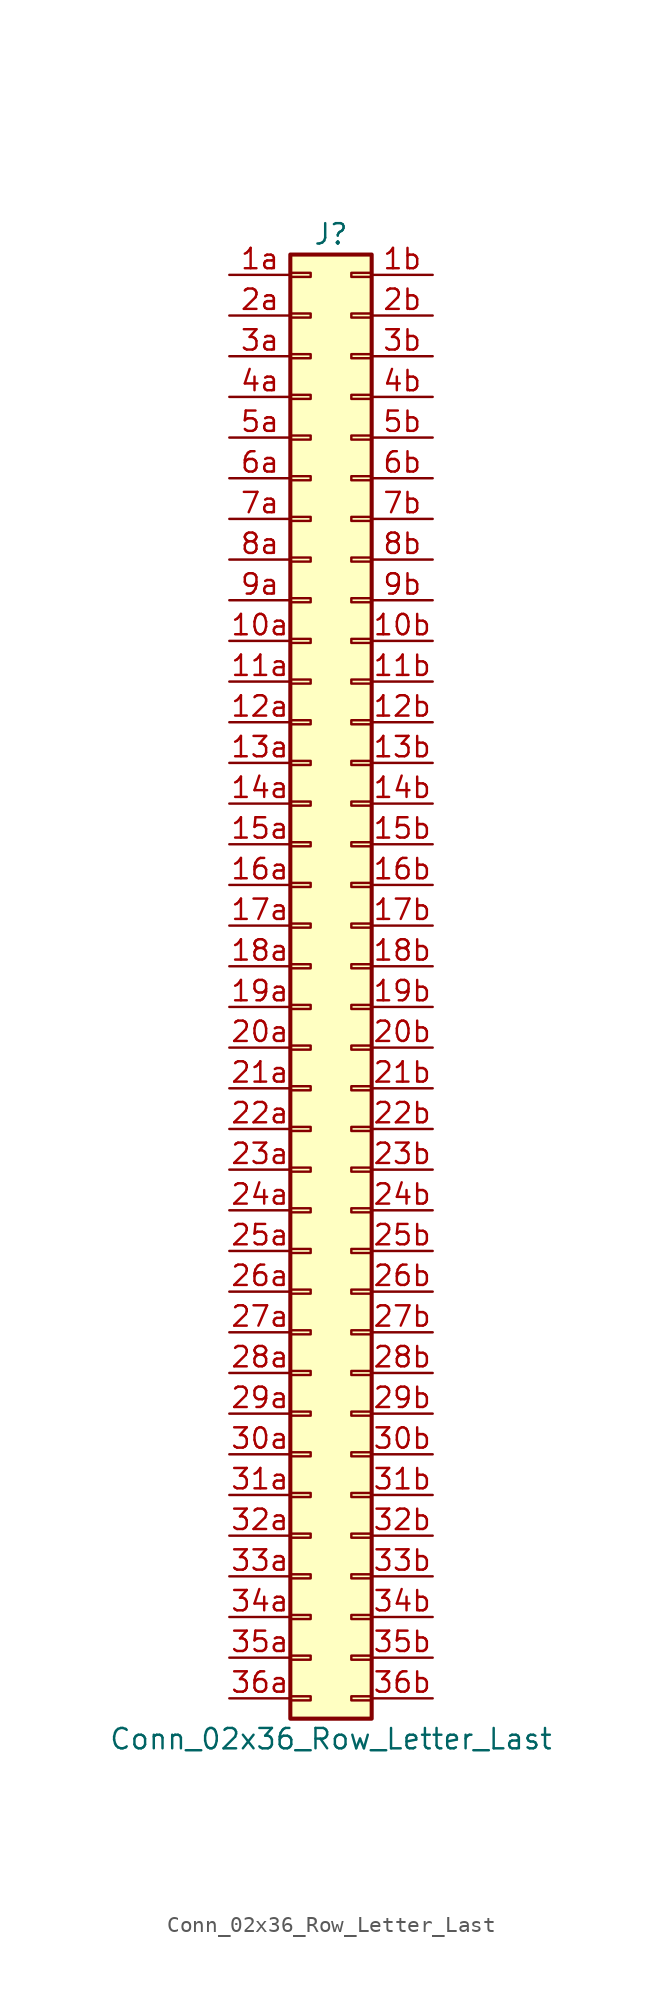
<source format=kicad_sym>
(kicad_symbol_lib
  (version 20220914)
  (generator kicad_symbol_editor)
  (symbol "Conn_02x36_Row_Letter_Last"
    (pin_names
      (offset 1.016) hide)
    (property "Reference" "J"
      (at 1.27 45.72 0)
      (effects (font (size 1.27 1.27))))
    (property "Value" "Conn_02x36_Row_Letter_Last"
      (at 1.27 -48.26 0)
      (effects (font (size 1.27 1.27))))
    (symbol "Conn_02x36_Row_Letter_Last_1_1"
      (rectangle (start -1.27 -45.593) (end 0 -45.847) (stroke (width 0.152) (type solid)) (fill (type none)))
      (rectangle (start -1.27 -43.053) (end 0 -43.307) (stroke (width 0.152) (type solid)) (fill (type none)))
      (rectangle (start -1.27 -40.513) (end 0 -40.767) (stroke (width 0.152) (type solid)) (fill (type none)))
      (rectangle (start -1.27 -37.973) (end 0 -38.227) (stroke (width 0.152) (type solid)) (fill (type none)))
      (rectangle (start -1.27 -35.433) (end 0 -35.687) (stroke (width 0.152) (type solid)) (fill (type none)))
      (rectangle (start -1.27 -32.893) (end 0 -33.147) (stroke (width 0.152) (type solid)) (fill (type none)))
      (rectangle (start -1.27 -30.353) (end 0 -30.607) (stroke (width 0.152) (type solid)) (fill (type none)))
      (rectangle (start -1.27 -27.813) (end 0 -28.067) (stroke (width 0.152) (type solid)) (fill (type none)))
      (rectangle (start -1.27 -25.273) (end 0 -25.527) (stroke (width 0.152) (type solid)) (fill (type none)))
      (rectangle (start -1.27 -22.733) (end 0 -22.987) (stroke (width 0.152) (type solid)) (fill (type none)))
      (rectangle (start -1.27 -20.193) (end 0 -20.447) (stroke (width 0.152) (type solid)) (fill (type none)))
      (rectangle (start -1.27 -17.653) (end 0 -17.907) (stroke (width 0.152) (type solid)) (fill (type none)))
      (rectangle (start -1.27 -15.113) (end 0 -15.367) (stroke (width 0.152) (type solid)) (fill (type none)))
      (rectangle (start -1.27 -12.573) (end 0 -12.827) (stroke (width 0.152) (type solid)) (fill (type none)))
      (rectangle (start -1.27 -10.033) (end 0 -10.287) (stroke (width 0.152) (type solid)) (fill (type none)))
      (rectangle (start -1.27 -7.493) (end 0 -7.747) (stroke (width 0.152) (type solid)) (fill (type none)))
      (rectangle (start -1.27 -4.953) (end 0 -5.207) (stroke (width 0.152) (type solid)) (fill (type none)))
      (rectangle (start -1.27 -2.413) (end 0 -2.667) (stroke (width 0.152) (type solid)) (fill (type none)))
      (rectangle (start -1.27 0.127) (end 0 -0.127) (stroke (width 0.152) (type solid)) (fill (type none)))
      (rectangle (start -1.27 2.667) (end 0 2.413) (stroke (width 0.152) (type solid)) (fill (type none)))
      (rectangle (start -1.27 5.207) (end 0 4.953) (stroke (width 0.152) (type solid)) (fill (type none)))
      (rectangle (start -1.27 7.747) (end 0 7.493) (stroke (width 0.152) (type solid)) (fill (type none)))
      (rectangle (start -1.27 10.287) (end 0 10.033) (stroke (width 0.152) (type solid)) (fill (type none)))
      (rectangle (start -1.27 12.827) (end 0 12.573) (stroke (width 0.152) (type solid)) (fill (type none)))
      (rectangle (start -1.27 15.367) (end 0 15.113) (stroke (width 0.152) (type solid)) (fill (type none)))
      (rectangle (start -1.27 17.907) (end 0 17.653) (stroke (width 0.152) (type solid)) (fill (type none)))
      (rectangle (start -1.27 20.447) (end 0 20.193) (stroke (width 0.152) (type solid)) (fill (type none)))
      (rectangle (start -1.27 22.987) (end 0 22.733) (stroke (width 0.152) (type solid)) (fill (type none)))
      (rectangle (start -1.27 25.527) (end 0 25.273) (stroke (width 0.152) (type solid)) (fill (type none)))
      (rectangle (start -1.27 28.067) (end 0 27.813) (stroke (width 0.152) (type solid)) (fill (type none)))
      (rectangle (start -1.27 30.607) (end 0 30.353) (stroke (width 0.152) (type solid)) (fill (type none)))
      (rectangle (start -1.27 33.147) (end 0 32.893) (stroke (width 0.152) (type solid)) (fill (type none)))
      (rectangle (start -1.27 35.687) (end 0 35.433) (stroke (width 0.152) (type solid)) (fill (type none)))
      (rectangle (start -1.27 38.227) (end 0 37.973) (stroke (width 0.152) (type solid)) (fill (type none)))
      (rectangle (start -1.27 40.767) (end 0 40.513) (stroke (width 0.152) (type solid)) (fill (type none)))
      (rectangle (start -1.27 43.307) (end 0 43.053) (stroke (width 0.152) (type solid)) (fill (type none)))
      (rectangle (start -1.27 44.45) (end 3.81 -46.99) (stroke (width 0.254) (type solid)) (fill (type background)))
      (rectangle (start 3.81 -45.593) (end 2.54 -45.847) (stroke (width 0.152) (type solid)) (fill (type none)))
      (rectangle (start 3.81 -43.053) (end 2.54 -43.307) (stroke (width 0.152) (type solid)) (fill (type none)))
      (rectangle (start 3.81 -40.513) (end 2.54 -40.767) (stroke (width 0.152) (type solid)) (fill (type none)))
      (rectangle (start 3.81 -37.973) (end 2.54 -38.227) (stroke (width 0.152) (type solid)) (fill (type none)))
      (rectangle (start 3.81 -35.433) (end 2.54 -35.687) (stroke (width 0.152) (type solid)) (fill (type none)))
      (rectangle (start 3.81 -32.893) (end 2.54 -33.147) (stroke (width 0.152) (type solid)) (fill (type none)))
      (rectangle (start 3.81 -30.353) (end 2.54 -30.607) (stroke (width 0.152) (type solid)) (fill (type none)))
      (rectangle (start 3.81 -27.813) (end 2.54 -28.067) (stroke (width 0.152) (type solid)) (fill (type none)))
      (rectangle (start 3.81 -25.273) (end 2.54 -25.527) (stroke (width 0.152) (type solid)) (fill (type none)))
      (rectangle (start 3.81 -22.733) (end 2.54 -22.987) (stroke (width 0.152) (type solid)) (fill (type none)))
      (rectangle (start 3.81 -20.193) (end 2.54 -20.447) (stroke (width 0.152) (type solid)) (fill (type none)))
      (rectangle (start 3.81 -17.653) (end 2.54 -17.907) (stroke (width 0.152) (type solid)) (fill (type none)))
      (rectangle (start 3.81 -15.113) (end 2.54 -15.367) (stroke (width 0.152) (type solid)) (fill (type none)))
      (rectangle (start 3.81 -12.573) (end 2.54 -12.827) (stroke (width 0.152) (type solid)) (fill (type none)))
      (rectangle (start 3.81 -10.033) (end 2.54 -10.287) (stroke (width 0.152) (type solid)) (fill (type none)))
      (rectangle (start 3.81 -7.493) (end 2.54 -7.747) (stroke (width 0.152) (type solid)) (fill (type none)))
      (rectangle (start 3.81 -4.953) (end 2.54 -5.207) (stroke (width 0.152) (type solid)) (fill (type none)))
      (rectangle (start 3.81 -2.413) (end 2.54 -2.667) (stroke (width 0.152) (type solid)) (fill (type none)))
      (rectangle (start 3.81 0.127) (end 2.54 -0.127) (stroke (width 0.152) (type solid)) (fill (type none)))
      (rectangle (start 3.81 2.667) (end 2.54 2.413) (stroke (width 0.152) (type solid)) (fill (type none)))
      (rectangle (start 3.81 5.207) (end 2.54 4.953) (stroke (width 0.152) (type solid)) (fill (type none)))
      (rectangle (start 3.81 7.747) (end 2.54 7.493) (stroke (width 0.152) (type solid)) (fill (type none)))
      (rectangle (start 3.81 10.287) (end 2.54 10.033) (stroke (width 0.152) (type solid)) (fill (type none)))
      (rectangle (start 3.81 12.827) (end 2.54 12.573) (stroke (width 0.152) (type solid)) (fill (type none)))
      (rectangle (start 3.81 15.367) (end 2.54 15.113) (stroke (width 0.152) (type solid)) (fill (type none)))
      (rectangle (start 3.81 17.907) (end 2.54 17.653) (stroke (width 0.152) (type solid)) (fill (type none)))
      (rectangle (start 3.81 20.447) (end 2.54 20.193) (stroke (width 0.152) (type solid)) (fill (type none)))
      (rectangle (start 3.81 22.987) (end 2.54 22.733) (stroke (width 0.152) (type solid)) (fill (type none)))
      (rectangle (start 3.81 25.527) (end 2.54 25.273) (stroke (width 0.152) (type solid)) (fill (type none)))
      (rectangle (start 3.81 28.067) (end 2.54 27.813) (stroke (width 0.152) (type solid)) (fill (type none)))
      (rectangle (start 3.81 30.607) (end 2.54 30.353) (stroke (width 0.152) (type solid)) (fill (type none)))
      (rectangle (start 3.81 33.147) (end 2.54 32.893) (stroke (width 0.152) (type solid)) (fill (type none)))
      (rectangle (start 3.81 35.687) (end 2.54 35.433) (stroke (width 0.152) (type solid)) (fill (type none)))
      (rectangle (start 3.81 38.227) (end 2.54 37.973) (stroke (width 0.152) (type solid)) (fill (type none)))
      (rectangle (start 3.81 40.767) (end 2.54 40.513) (stroke (width 0.152) (type solid)) (fill (type none)))
      (rectangle (start 3.81 43.307) (end 2.54 43.053) (stroke (width 0.152) (type solid)) (fill (type none)))
      (pin passive line (at -5.08 20.32 0) (length 3.81) (name "Pin_10a" (effects (font (size 1.27 1.27)))) (number "10a" (effects (font (size 1.27 1.27)))))
      (pin passive line (at 7.62 20.32 180) (length 3.81) (name "Pin_10b" (effects (font (size 1.27 1.27)))) (number "10b" (effects (font (size 1.27 1.27)))))
      (pin passive line (at -5.08 17.78 0) (length 3.81) (name "Pin_11a" (effects (font (size 1.27 1.27)))) (number "11a" (effects (font (size 1.27 1.27)))))
      (pin passive line (at 7.62 17.78 180) (length 3.81) (name "Pin_11b" (effects (font (size 1.27 1.27)))) (number "11b" (effects (font (size 1.27 1.27)))))
      (pin passive line (at -5.08 15.24 0) (length 3.81) (name "Pin_12a" (effects (font (size 1.27 1.27)))) (number "12a" (effects (font (size 1.27 1.27)))))
      (pin passive line (at 7.62 15.24 180) (length 3.81) (name "Pin_12b" (effects (font (size 1.27 1.27)))) (number "12b" (effects (font (size 1.27 1.27)))))
      (pin passive line (at -5.08 12.7 0) (length 3.81) (name "Pin_13a" (effects (font (size 1.27 1.27)))) (number "13a" (effects (font (size 1.27 1.27)))))
      (pin passive line (at 7.62 12.7 180) (length 3.81) (name "Pin_13b" (effects (font (size 1.27 1.27)))) (number "13b" (effects (font (size 1.27 1.27)))))
      (pin passive line (at -5.08 10.16 0) (length 3.81) (name "Pin_14a" (effects (font (size 1.27 1.27)))) (number "14a" (effects (font (size 1.27 1.27)))))
      (pin passive line (at 7.62 10.16 180) (length 3.81) (name "Pin_14b" (effects (font (size 1.27 1.27)))) (number "14b" (effects (font (size 1.27 1.27)))))
      (pin passive line (at -5.08 7.62 0) (length 3.81) (name "Pin_15a" (effects (font (size 1.27 1.27)))) (number "15a" (effects (font (size 1.27 1.27)))))
      (pin passive line (at 7.62 7.62 180) (length 3.81) (name "Pin_15b" (effects (font (size 1.27 1.27)))) (number "15b" (effects (font (size 1.27 1.27)))))
      (pin passive line (at -5.08 5.08 0) (length 3.81) (name "Pin_16a" (effects (font (size 1.27 1.27)))) (number "16a" (effects (font (size 1.27 1.27)))))
      (pin passive line (at 7.62 5.08 180) (length 3.81) (name "Pin_16b" (effects (font (size 1.27 1.27)))) (number "16b" (effects (font (size 1.27 1.27)))))
      (pin passive line (at -5.08 2.54 0) (length 3.81) (name "Pin_17a" (effects (font (size 1.27 1.27)))) (number "17a" (effects (font (size 1.27 1.27)))))
      (pin passive line (at 7.62 2.54 180) (length 3.81) (name "Pin_17b" (effects (font (size 1.27 1.27)))) (number "17b" (effects (font (size 1.27 1.27)))))
      (pin passive line (at -5.08 0 0) (length 3.81) (name "Pin_18a" (effects (font (size 1.27 1.27)))) (number "18a" (effects (font (size 1.27 1.27)))))
      (pin passive line (at 7.62 0 180) (length 3.81) (name "Pin_18b" (effects (font (size 1.27 1.27)))) (number "18b" (effects (font (size 1.27 1.27)))))
      (pin passive line (at -5.08 -2.54 0) (length 3.81) (name "Pin_19a" (effects (font (size 1.27 1.27)))) (number "19a" (effects (font (size 1.27 1.27)))))
      (pin passive line (at 7.62 -2.54 180) (length 3.81) (name "Pin_19b" (effects (font (size 1.27 1.27)))) (number "19b" (effects (font (size 1.27 1.27)))))
      (pin passive line (at -5.08 43.18 0) (length 3.81) (name "Pin_1a" (effects (font (size 1.27 1.27)))) (number "1a" (effects (font (size 1.27 1.27)))))
      (pin passive line (at 7.62 43.18 180) (length 3.81) (name "Pin_1b" (effects (font (size 1.27 1.27)))) (number "1b" (effects (font (size 1.27 1.27)))))
      (pin passive line (at -5.08 -5.08 0) (length 3.81) (name "Pin_20a" (effects (font (size 1.27 1.27)))) (number "20a" (effects (font (size 1.27 1.27)))))
      (pin passive line (at 7.62 -5.08 180) (length 3.81) (name "Pin_20b" (effects (font (size 1.27 1.27)))) (number "20b" (effects (font (size 1.27 1.27)))))
      (pin passive line (at -5.08 -7.62 0) (length 3.81) (name "Pin_21a" (effects (font (size 1.27 1.27)))) (number "21a" (effects (font (size 1.27 1.27)))))
      (pin passive line (at 7.62 -7.62 180) (length 3.81) (name "Pin_21b" (effects (font (size 1.27 1.27)))) (number "21b" (effects (font (size 1.27 1.27)))))
      (pin passive line (at -5.08 -10.16 0) (length 3.81) (name "Pin_22a" (effects (font (size 1.27 1.27)))) (number "22a" (effects (font (size 1.27 1.27)))))
      (pin passive line (at 7.62 -10.16 180) (length 3.81) (name "Pin_22b" (effects (font (size 1.27 1.27)))) (number "22b" (effects (font (size 1.27 1.27)))))
      (pin passive line (at -5.08 -12.7 0) (length 3.81) (name "Pin_23a" (effects (font (size 1.27 1.27)))) (number "23a" (effects (font (size 1.27 1.27)))))
      (pin passive line (at 7.62 -12.7 180) (length 3.81) (name "Pin_23b" (effects (font (size 1.27 1.27)))) (number "23b" (effects (font (size 1.27 1.27)))))
      (pin passive line (at -5.08 -15.24 0) (length 3.81) (name "Pin_24a" (effects (font (size 1.27 1.27)))) (number "24a" (effects (font (size 1.27 1.27)))))
      (pin passive line (at 7.62 -15.24 180) (length 3.81) (name "Pin_24b" (effects (font (size 1.27 1.27)))) (number "24b" (effects (font (size 1.27 1.27)))))
      (pin passive line (at -5.08 -17.78 0) (length 3.81) (name "Pin_25a" (effects (font (size 1.27 1.27)))) (number "25a" (effects (font (size 1.27 1.27)))))
      (pin passive line (at 7.62 -17.78 180) (length 3.81) (name "Pin_25b" (effects (font (size 1.27 1.27)))) (number "25b" (effects (font (size 1.27 1.27)))))
      (pin passive line (at -5.08 -20.32 0) (length 3.81) (name "Pin_26a" (effects (font (size 1.27 1.27)))) (number "26a" (effects (font (size 1.27 1.27)))))
      (pin passive line (at 7.62 -20.32 180) (length 3.81) (name "Pin_26b" (effects (font (size 1.27 1.27)))) (number "26b" (effects (font (size 1.27 1.27)))))
      (pin passive line (at -5.08 -22.86 0) (length 3.81) (name "Pin_27a" (effects (font (size 1.27 1.27)))) (number "27a" (effects (font (size 1.27 1.27)))))
      (pin passive line (at 7.62 -22.86 180) (length 3.81) (name "Pin_27b" (effects (font (size 1.27 1.27)))) (number "27b" (effects (font (size 1.27 1.27)))))
      (pin passive line (at -5.08 -25.4 0) (length 3.81) (name "Pin_28a" (effects (font (size 1.27 1.27)))) (number "28a" (effects (font (size 1.27 1.27)))))
      (pin passive line (at 7.62 -25.4 180) (length 3.81) (name "Pin_28b" (effects (font (size 1.27 1.27)))) (number "28b" (effects (font (size 1.27 1.27)))))
      (pin passive line (at -5.08 -27.94 0) (length 3.81) (name "Pin_29a" (effects (font (size 1.27 1.27)))) (number "29a" (effects (font (size 1.27 1.27)))))
      (pin passive line (at 7.62 -27.94 180) (length 3.81) (name "Pin_29b" (effects (font (size 1.27 1.27)))) (number "29b" (effects (font (size 1.27 1.27)))))
      (pin passive line (at -5.08 40.64 0) (length 3.81) (name "Pin_2a" (effects (font (size 1.27 1.27)))) (number "2a" (effects (font (size 1.27 1.27)))))
      (pin passive line (at 7.62 40.64 180) (length 3.81) (name "Pin_2b" (effects (font (size 1.27 1.27)))) (number "2b" (effects (font (size 1.27 1.27)))))
      (pin passive line (at -5.08 -30.48 0) (length 3.81) (name "Pin_30a" (effects (font (size 1.27 1.27)))) (number "30a" (effects (font (size 1.27 1.27)))))
      (pin passive line (at 7.62 -30.48 180) (length 3.81) (name "Pin_30b" (effects (font (size 1.27 1.27)))) (number "30b" (effects (font (size 1.27 1.27)))))
      (pin passive line (at -5.08 -33.02 0) (length 3.81) (name "Pin_31a" (effects (font (size 1.27 1.27)))) (number "31a" (effects (font (size 1.27 1.27)))))
      (pin passive line (at 7.62 -33.02 180) (length 3.81) (name "Pin_31b" (effects (font (size 1.27 1.27)))) (number "31b" (effects (font (size 1.27 1.27)))))
      (pin passive line (at -5.08 -35.56 0) (length 3.81) (name "Pin_32a" (effects (font (size 1.27 1.27)))) (number "32a" (effects (font (size 1.27 1.27)))))
      (pin passive line (at 7.62 -35.56 180) (length 3.81) (name "Pin_32b" (effects (font (size 1.27 1.27)))) (number "32b" (effects (font (size 1.27 1.27)))))
      (pin passive line (at -5.08 -38.1 0) (length 3.81) (name "Pin_33a" (effects (font (size 1.27 1.27)))) (number "33a" (effects (font (size 1.27 1.27)))))
      (pin passive line (at 7.62 -38.1 180) (length 3.81) (name "Pin_33b" (effects (font (size 1.27 1.27)))) (number "33b" (effects (font (size 1.27 1.27)))))
      (pin passive line (at -5.08 -40.64 0) (length 3.81) (name "Pin_34a" (effects (font (size 1.27 1.27)))) (number "34a" (effects (font (size 1.27 1.27)))))
      (pin passive line (at 7.62 -40.64 180) (length 3.81) (name "Pin_34b" (effects (font (size 1.27 1.27)))) (number "34b" (effects (font (size 1.27 1.27)))))
      (pin passive line (at -5.08 -43.18 0) (length 3.81) (name "Pin_35a" (effects (font (size 1.27 1.27)))) (number "35a" (effects (font (size 1.27 1.27)))))
      (pin passive line (at 7.62 -43.18 180) (length 3.81) (name "Pin_35b" (effects (font (size 1.27 1.27)))) (number "35b" (effects (font (size 1.27 1.27)))))
      (pin passive line (at -5.08 -45.72 0) (length 3.81) (name "Pin_36a" (effects (font (size 1.27 1.27)))) (number "36a" (effects (font (size 1.27 1.27)))))
      (pin passive line (at 7.62 -45.72 180) (length 3.81) (name "Pin_36b" (effects (font (size 1.27 1.27)))) (number "36b" (effects (font (size 1.27 1.27)))))
      (pin passive line (at -5.08 38.1 0) (length 3.81) (name "Pin_3a" (effects (font (size 1.27 1.27)))) (number "3a" (effects (font (size 1.27 1.27)))))
      (pin passive line (at 7.62 38.1 180) (length 3.81) (name "Pin_3b" (effects (font (size 1.27 1.27)))) (number "3b" (effects (font (size 1.27 1.27)))))
      (pin passive line (at -5.08 35.56 0) (length 3.81) (name "Pin_4a" (effects (font (size 1.27 1.27)))) (number "4a" (effects (font (size 1.27 1.27)))))
      (pin passive line (at 7.62 35.56 180) (length 3.81) (name "Pin_4b" (effects (font (size 1.27 1.27)))) (number "4b" (effects (font (size 1.27 1.27)))))
      (pin passive line (at -5.08 33.02 0) (length 3.81) (name "Pin_5a" (effects (font (size 1.27 1.27)))) (number "5a" (effects (font (size 1.27 1.27)))))
      (pin passive line (at 7.62 33.02 180) (length 3.81) (name "Pin_5b" (effects (font (size 1.27 1.27)))) (number "5b" (effects (font (size 1.27 1.27)))))
      (pin passive line (at -5.08 30.48 0) (length 3.81) (name "Pin_6a" (effects (font (size 1.27 1.27)))) (number "6a" (effects (font (size 1.27 1.27)))))
      (pin passive line (at 7.62 30.48 180) (length 3.81) (name "Pin_6b" (effects (font (size 1.27 1.27)))) (number "6b" (effects (font (size 1.27 1.27)))))
      (pin passive line (at -5.08 27.94 0) (length 3.81) (name "Pin_7a" (effects (font (size 1.27 1.27)))) (number "7a" (effects (font (size 1.27 1.27)))))
      (pin passive line (at 7.62 27.94 180) (length 3.81) (name "Pin_7b" (effects (font (size 1.27 1.27)))) (number "7b" (effects (font (size 1.27 1.27)))))
      (pin passive line (at -5.08 25.4 0) (length 3.81) (name "Pin_8a" (effects (font (size 1.27 1.27)))) (number "8a" (effects (font (size 1.27 1.27)))))
      (pin passive line (at 7.62 25.4 180) (length 3.81) (name "Pin_8b" (effects (font (size 1.27 1.27)))) (number "8b" (effects (font (size 1.27 1.27)))))
      (pin passive line (at -5.08 22.86 0) (length 3.81) (name "Pin_9a" (effects (font (size 1.27 1.27)))) (number "9a" (effects (font (size 1.27 1.27)))))
      (pin passive line (at 7.62 22.86 180) (length 3.81) (name "Pin_9b" (effects (font (size 1.27 1.27)))) (number "9b" (effects (font (size 1.27 1.27))))))))
</source>
